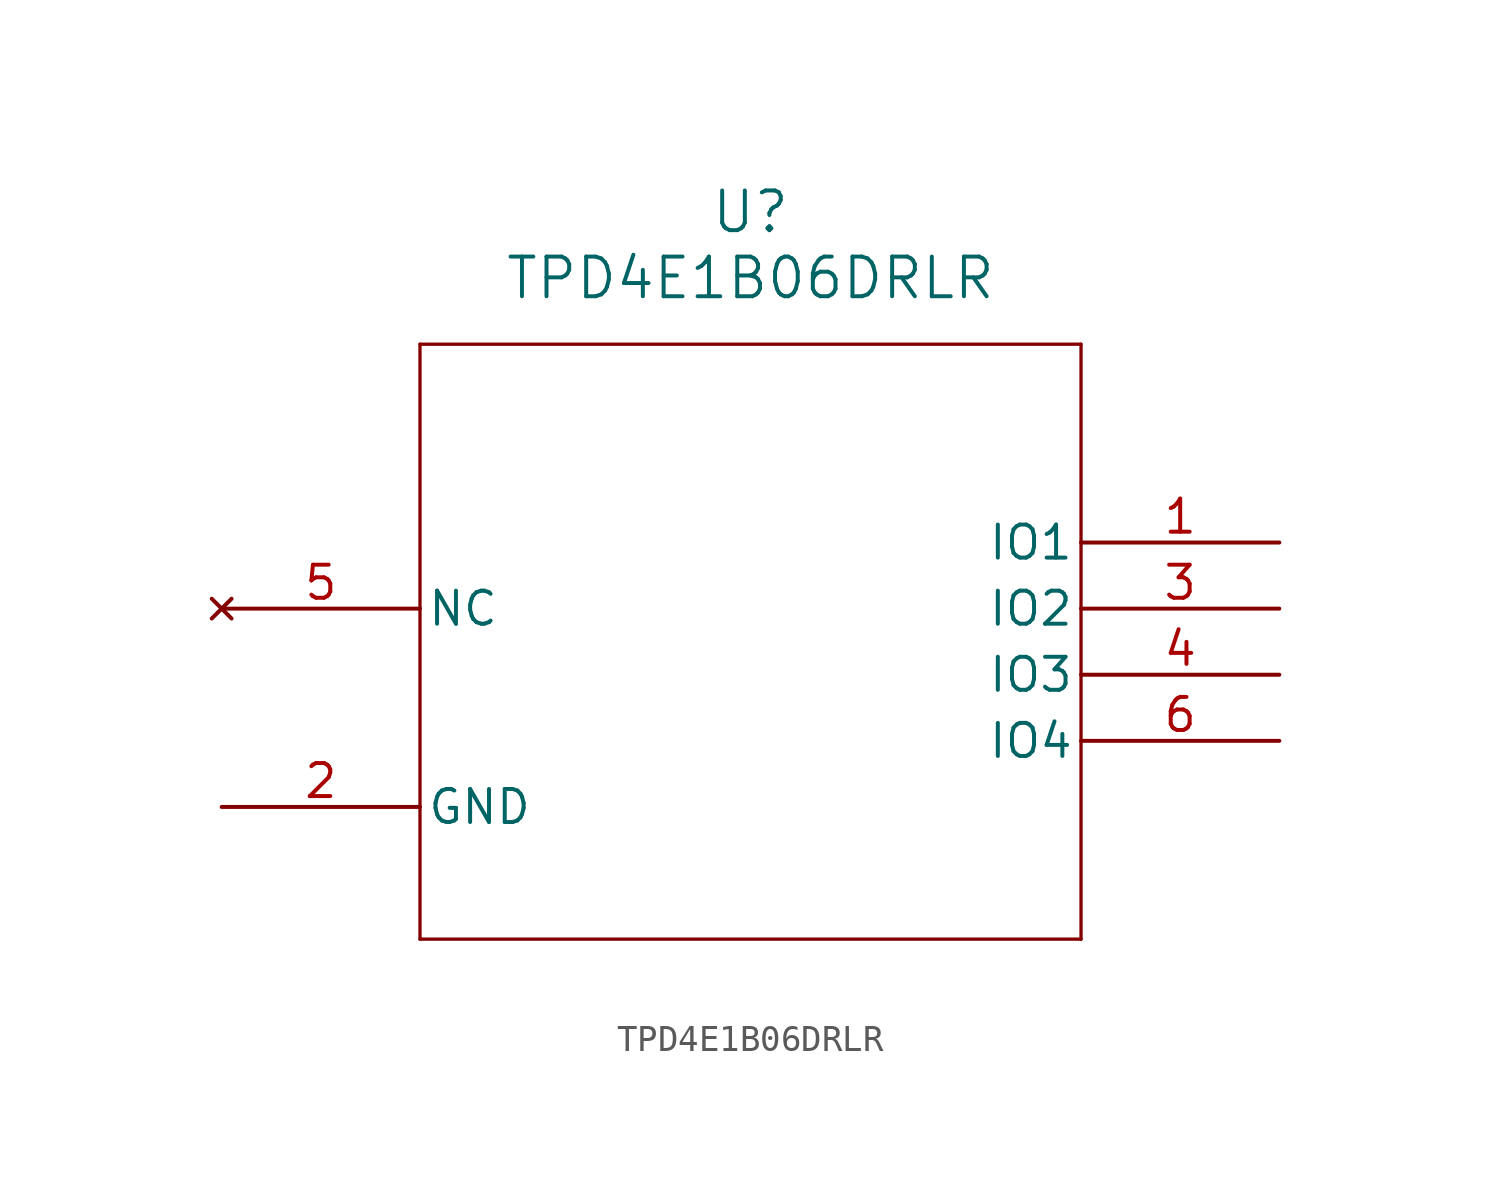
<source format=kicad_sym>
(kicad_symbol_lib
  (version 20211014)
  (generator kicad_symbol_editor)
  (symbol "TPD4E1B06DRLR"
    (pin_names
      (offset 0.254))
    (property "Reference" "U"
      (at 20.32 15.24 0)
      (effects (font (size 1.524 1.524))))
    (property "Value" "TPD4E1B06DRLR"
      (at 20.32 12.7 0)
      (effects (font (size 1.524 1.524))))
    (symbol "TPD4E1B06DRLR_0_1"
      (polyline (pts (xy 7.62 10.16) (xy 7.62 -12.7)) (stroke (width 0.127) (type default) (color 0 0 0 0)) (fill (type none)))
      (polyline (pts (xy 7.62 -12.7) (xy 33.02 -12.7)) (stroke (width 0.127) (type default) (color 0 0 0 0)) (fill (type none)))
      (polyline (pts (xy 33.02 -12.7) (xy 33.02 10.16)) (stroke (width 0.127) (type default) (color 0 0 0 0)) (fill (type none)))
      (polyline (pts (xy 33.02 10.16) (xy 7.62 10.16)) (stroke (width 0.127) (type default) (color 0 0 0 0)) (fill (type none)))
      (pin bidirectional line (at 40.64 2.54 180) (length 7.62) (name "IO1" (effects (font (size 1.27 1.27)))) (number "1" (effects (font (size 1.27 1.27)))))
      (pin power_in line (at 0 -7.62 0) (length 7.62) (name "GND" (effects (font (size 1.27 1.27)))) (number "2" (effects (font (size 1.27 1.27)))))
      (pin bidirectional line (at 40.64 0 180) (length 7.62) (name "IO2" (effects (font (size 1.27 1.27)))) (number "3" (effects (font (size 1.27 1.27)))))
      (pin bidirectional line (at 40.64 -2.54 180) (length 7.62) (name "IO3" (effects (font (size 1.27 1.27)))) (number "4" (effects (font (size 1.27 1.27)))))
      (pin no_connect line (at 0 0 0) (length 7.62) (name "NC" (effects (font (size 1.27 1.27)))) (number "5" (effects (font (size 1.27 1.27)))))
      (pin bidirectional line (at 40.64 -5.08 180) (length 7.62) (name "IO4" (effects (font (size 1.27 1.27)))) (number "6" (effects (font (size 1.27 1.27))))))))
</source>
